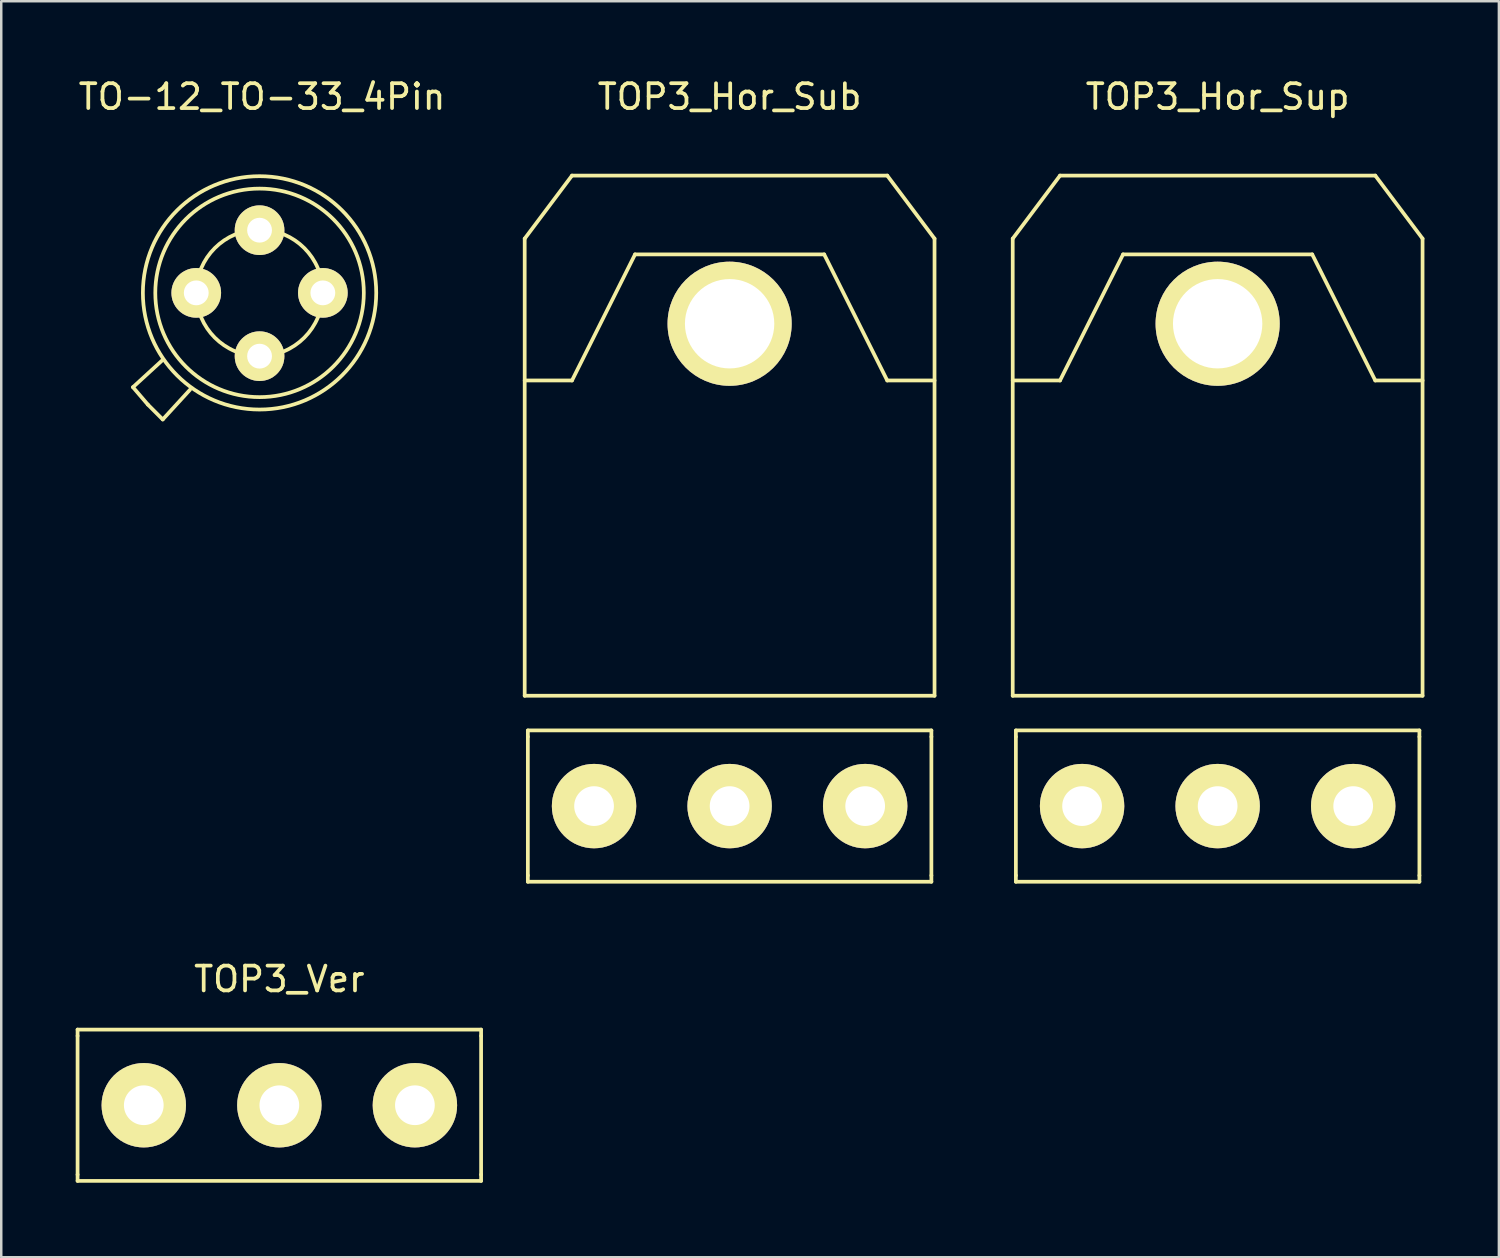
<source format=kicad_pcb>
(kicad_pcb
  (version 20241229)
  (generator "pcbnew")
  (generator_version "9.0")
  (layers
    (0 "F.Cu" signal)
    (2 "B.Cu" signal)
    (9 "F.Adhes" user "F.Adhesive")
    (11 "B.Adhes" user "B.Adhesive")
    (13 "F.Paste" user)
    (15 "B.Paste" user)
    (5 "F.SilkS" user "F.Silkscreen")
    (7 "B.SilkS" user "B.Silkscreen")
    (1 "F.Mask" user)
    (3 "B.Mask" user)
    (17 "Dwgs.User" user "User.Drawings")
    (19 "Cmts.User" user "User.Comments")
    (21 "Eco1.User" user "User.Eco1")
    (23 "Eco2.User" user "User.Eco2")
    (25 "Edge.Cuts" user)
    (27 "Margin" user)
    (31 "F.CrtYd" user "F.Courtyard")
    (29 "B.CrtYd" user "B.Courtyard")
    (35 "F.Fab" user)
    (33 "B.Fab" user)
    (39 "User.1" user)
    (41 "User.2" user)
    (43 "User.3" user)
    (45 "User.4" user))
  (footprint "TOP3_Hor_Sup"
    (layer "F.Cu")
    (at 46.002 29.423)
    (property "Reference" "TOP3_Hor_Sup" (at 0 -28.575 0) (layer "F.SilkS") (effects (font (size 1 1) (thickness 0.15))))
    (attr through_hole)
    (fp_line (start -8.255 -22.86) (end -8.255 -4.445) (stroke (width 0.15) (type solid)) (layer "F.SilkS"))
    (fp_line (start -8.255 -17.145) (end -6.35 -17.145) (stroke (width 0.15) (type solid)) (layer "F.SilkS"))
    (fp_line (start -8.255 -4.445) (end 8.255 -4.445) (stroke (width 0.15) (type solid)) (layer "F.SilkS"))
    (fp_line (start -8.128 -3.048) (end 8.128 -3.048) (stroke (width 0.15) (type solid)) (layer "F.SilkS"))
    (fp_line (start -8.128 -2.794) (end -8.128 -3.048) (stroke (width 0.15) (type solid)) (layer "F.SilkS"))
    (fp_line (start -8.128 -2.794) (end -8.128 2.794) (stroke (width 0.15) (type solid)) (layer "F.SilkS"))
    (fp_line (start -8.128 2.794) (end -8.128 3.048) (stroke (width 0.15) (type solid)) (layer "F.SilkS"))
    (fp_line (start -8.128 3.048) (end 8.128 3.048) (stroke (width 0.15) (type solid)) (layer "F.SilkS"))
    (fp_line (start -6.35 -25.4) (end -8.255 -22.86) (stroke (width 0.15) (type solid)) (layer "F.SilkS"))
    (fp_line (start -6.35 -25.4) (end 6.35 -25.4) (stroke (width 0.15) (type solid)) (layer "F.SilkS"))
    (fp_line (start -6.35 -17.145) (end -3.81 -22.225) (stroke (width 0.15) (type solid)) (layer "F.SilkS"))
    (fp_line (start -3.81 -22.225) (end 3.81 -22.225) (stroke (width 0.15) (type solid)) (layer "F.SilkS"))
    (fp_line (start 3.81 -22.225) (end 6.35 -17.145) (stroke (width 0.15) (type solid)) (layer "F.SilkS"))
    (fp_line (start 6.35 -25.4) (end 8.255 -22.86) (stroke (width 0.15) (type solid)) (layer "F.SilkS"))
    (fp_line (start 6.35 -17.145) (end 8.255 -17.145) (stroke (width 0.15) (type solid)) (layer "F.SilkS"))
    (fp_line (start 8.128 -3.048) (end 8.128 -2.794) (stroke (width 0.15) (type solid)) (layer "F.SilkS"))
    (fp_line (start 8.128 2.794) (end 8.128 -2.794) (stroke (width 0.15) (type solid)) (layer "F.SilkS"))
    (fp_line (start 8.128 3.048) (end 8.128 2.794) (stroke (width 0.15) (type solid)) (layer "F.SilkS"))
    (fp_line (start 8.255 -22.86) (end 8.255 -4.445) (stroke (width 0.15) (type solid)) (layer "F.SilkS"))
    (pad "" thru_hole circle (at 0 -19.431 90) (size 5 5) (drill 3.6) (layers "*.Cu" "*.Mask" "F.SilkS"))
    (pad "1" thru_hole circle (at -5.461 0 90) (size 3.4 3.4) (drill 1.6) (layers "*.Cu" "*.Mask" "F.SilkS"))
    (pad "2" thru_hole circle (at 0 0 90) (size 3.4 3.4) (drill 1.6) (layers "*.Cu" "*.Mask" "F.SilkS"))
    (pad "3" thru_hole circle (at 5.461 0 90) (size 3.4 3.4) (drill 1.6) (layers "*.Cu" "*.Mask" "F.SilkS")))
  (footprint "TO-12_TO-33_4Pin"
    (layer "F.Cu")
    (at 7.406 8.748)
    (property "Reference" "TO-12_TO-33_4Pin" (at 0.1 -7.9 0) (layer "F.SilkS") (effects (font (size 1 1) (thickness 0.15))))
    (attr through_hole)
    (fp_line (start -5.1 3.8) (end -3.9 2.7) (stroke (width 0.15) (type solid)) (layer "F.SilkS"))
    (fp_line (start -4.5 4.5) (end -5.1 3.8) (stroke (width 0.15) (type solid)) (layer "F.SilkS"))
    (fp_line (start -4.5 4.5) (end -3.9 5.1) (stroke (width 0.15) (type solid)) (layer "F.SilkS"))
    (fp_line (start -3.9 5.1) (end -2.8 3.9) (stroke (width 0.15) (type solid)) (layer "F.SilkS"))
    (fp_circle (center 0 0) (end 2.55 0) (stroke (width 0.15) (type solid)) (fill no) (layer "F.SilkS"))
    (fp_circle (center 0 0) (end 4.2 0) (stroke (width 0.15) (type solid)) (fill no) (layer "F.SilkS"))
    (fp_circle (center 0 0) (end 4.7 0) (stroke (width 0.15) (type solid)) (fill no) (layer "F.SilkS"))
    (pad "1" thru_hole circle (at -2.55 0) (size 2 2) (drill 1) (layers "*.Cu" "*.Mask" "F.SilkS"))
    (pad "2" thru_hole circle (at 0 -2.525) (size 2 2) (drill 1) (layers "*.Cu" "*.Mask" "F.SilkS"))
    (pad "3" thru_hole circle (at 2.55 0) (size 2 2) (drill 1) (layers "*.Cu" "*.Mask" "F.SilkS"))
    (pad "4" thru_hole circle (at 0 2.55) (size 2 2) (drill 1) (layers "*.Cu" "*.Mask" "F.SilkS")))
  (footprint "TOP3_Hor_Sub"
    (layer "F.Cu")
    (at 26.342 29.423)
    (property "Reference" "TOP3_Hor_Sub" (at 0 -28.575 0) (layer "F.SilkS") (effects (font (size 1 1) (thickness 0.15))))
    (attr through_hole)
    (fp_line (start -8.255 -22.86) (end -8.255 -4.445) (stroke (width 0.15) (type solid)) (layer "F.SilkS"))
    (fp_line (start -8.255 -17.145) (end -6.35 -17.145) (stroke (width 0.15) (type solid)) (layer "F.SilkS"))
    (fp_line (start -8.255 -4.445) (end 8.255 -4.445) (stroke (width 0.15) (type solid)) (layer "F.SilkS"))
    (fp_line (start -8.128 -3.048) (end 8.128 -3.048) (stroke (width 0.15) (type solid)) (layer "F.SilkS"))
    (fp_line (start -8.128 -2.794) (end -8.128 -3.048) (stroke (width 0.15) (type solid)) (layer "F.SilkS"))
    (fp_line (start -8.128 -2.794) (end -8.128 2.794) (stroke (width 0.15) (type solid)) (layer "F.SilkS"))
    (fp_line (start -8.128 2.794) (end -8.128 3.048) (stroke (width 0.15) (type solid)) (layer "F.SilkS"))
    (fp_line (start -8.128 3.048) (end 8.128 3.048) (stroke (width 0.15) (type solid)) (layer "F.SilkS"))
    (fp_line (start -6.35 -25.4) (end -8.255 -22.86) (stroke (width 0.15) (type solid)) (layer "F.SilkS"))
    (fp_line (start -6.35 -25.4) (end 6.35 -25.4) (stroke (width 0.15) (type solid)) (layer "F.SilkS"))
    (fp_line (start -6.35 -17.145) (end -3.81 -22.225) (stroke (width 0.15) (type solid)) (layer "F.SilkS"))
    (fp_line (start -3.81 -22.225) (end 3.81 -22.225) (stroke (width 0.15) (type solid)) (layer "F.SilkS"))
    (fp_line (start 3.81 -22.225) (end 6.35 -17.145) (stroke (width 0.15) (type solid)) (layer "F.SilkS"))
    (fp_line (start 6.35 -25.4) (end 8.255 -22.86) (stroke (width 0.15) (type solid)) (layer "F.SilkS"))
    (fp_line (start 6.35 -17.145) (end 8.255 -17.145) (stroke (width 0.15) (type solid)) (layer "F.SilkS"))
    (fp_line (start 8.128 -3.048) (end 8.128 -2.794) (stroke (width 0.15) (type solid)) (layer "F.SilkS"))
    (fp_line (start 8.128 2.794) (end 8.128 -2.794) (stroke (width 0.15) (type solid)) (layer "F.SilkS"))
    (fp_line (start 8.128 3.048) (end 8.128 2.794) (stroke (width 0.15) (type solid)) (layer "F.SilkS"))
    (fp_line (start 8.255 -22.86) (end 8.255 -4.445) (stroke (width 0.15) (type solid)) (layer "F.SilkS"))
    (pad "" thru_hole circle (at 0 -19.431 90) (size 5 5) (drill 3.6) (layers "*.Cu" "*.Mask" "F.SilkS"))
    (pad "1" thru_hole circle (at -5.461 0 90) (size 3.4 3.4) (drill 1.6) (layers "*.Cu" "*.Mask" "F.SilkS"))
    (pad "2" thru_hole circle (at 0 0 90) (size 3.4 3.4) (drill 1.6) (layers "*.Cu" "*.Mask" "F.SilkS"))
    (pad "3" thru_hole circle (at 5.461 0 90) (size 3.4 3.4) (drill 1.6) (layers "*.Cu" "*.Mask" "F.SilkS")))
  (footprint "TOP3_Ver"
    (layer "F.Cu")
    (at 8.203 41.474)
    (property "Reference" "TOP3_Ver" (at 0 -5.08 0) (layer "F.SilkS") (effects (font (size 1 1) (thickness 0.15))))
    (attr through_hole)
    (fp_line (start -8.128 -3.048) (end 8.128 -3.048) (stroke (width 0.15) (type solid)) (layer "F.SilkS"))
    (fp_line (start -8.128 -2.794) (end -8.128 -3.048) (stroke (width 0.15) (type solid)) (layer "F.SilkS"))
    (fp_line (start -8.128 -2.794) (end -8.128 2.794) (stroke (width 0.15) (type solid)) (layer "F.SilkS"))
    (fp_line (start -8.128 2.794) (end -8.128 3.048) (stroke (width 0.15) (type solid)) (layer "F.SilkS"))
    (fp_line (start -8.128 3.048) (end 8.128 3.048) (stroke (width 0.15) (type solid)) (layer "F.SilkS"))
    (fp_line (start 8.128 -3.048) (end 8.128 -2.794) (stroke (width 0.15) (type solid)) (layer "F.SilkS"))
    (fp_line (start 8.128 2.794) (end 8.128 -2.794) (stroke (width 0.15) (type solid)) (layer "F.SilkS"))
    (fp_line (start 8.128 3.048) (end 8.128 2.794) (stroke (width 0.15) (type solid)) (layer "F.SilkS"))
    (pad "1" thru_hole circle (at -5.461 0 90) (size 3.4 3.4) (drill 1.6) (layers "*.Cu" "*.Mask" "F.SilkS"))
    (pad "2" thru_hole circle (at 0 0 90) (size 3.4 3.4) (drill 1.6) (layers "*.Cu" "*.Mask" "F.SilkS"))
    (pad "3" thru_hole circle (at 5.461 0 90) (size 3.4 3.4) (drill 1.6) (layers "*.Cu" "*.Mask" "F.SilkS")))
  (gr_rect
    (start -3 -3)
    (end 57.332 47.597)
    (stroke (width 0.1) (type default))
    (fill no)
    (layer "Edge.Cuts")))
</source>
